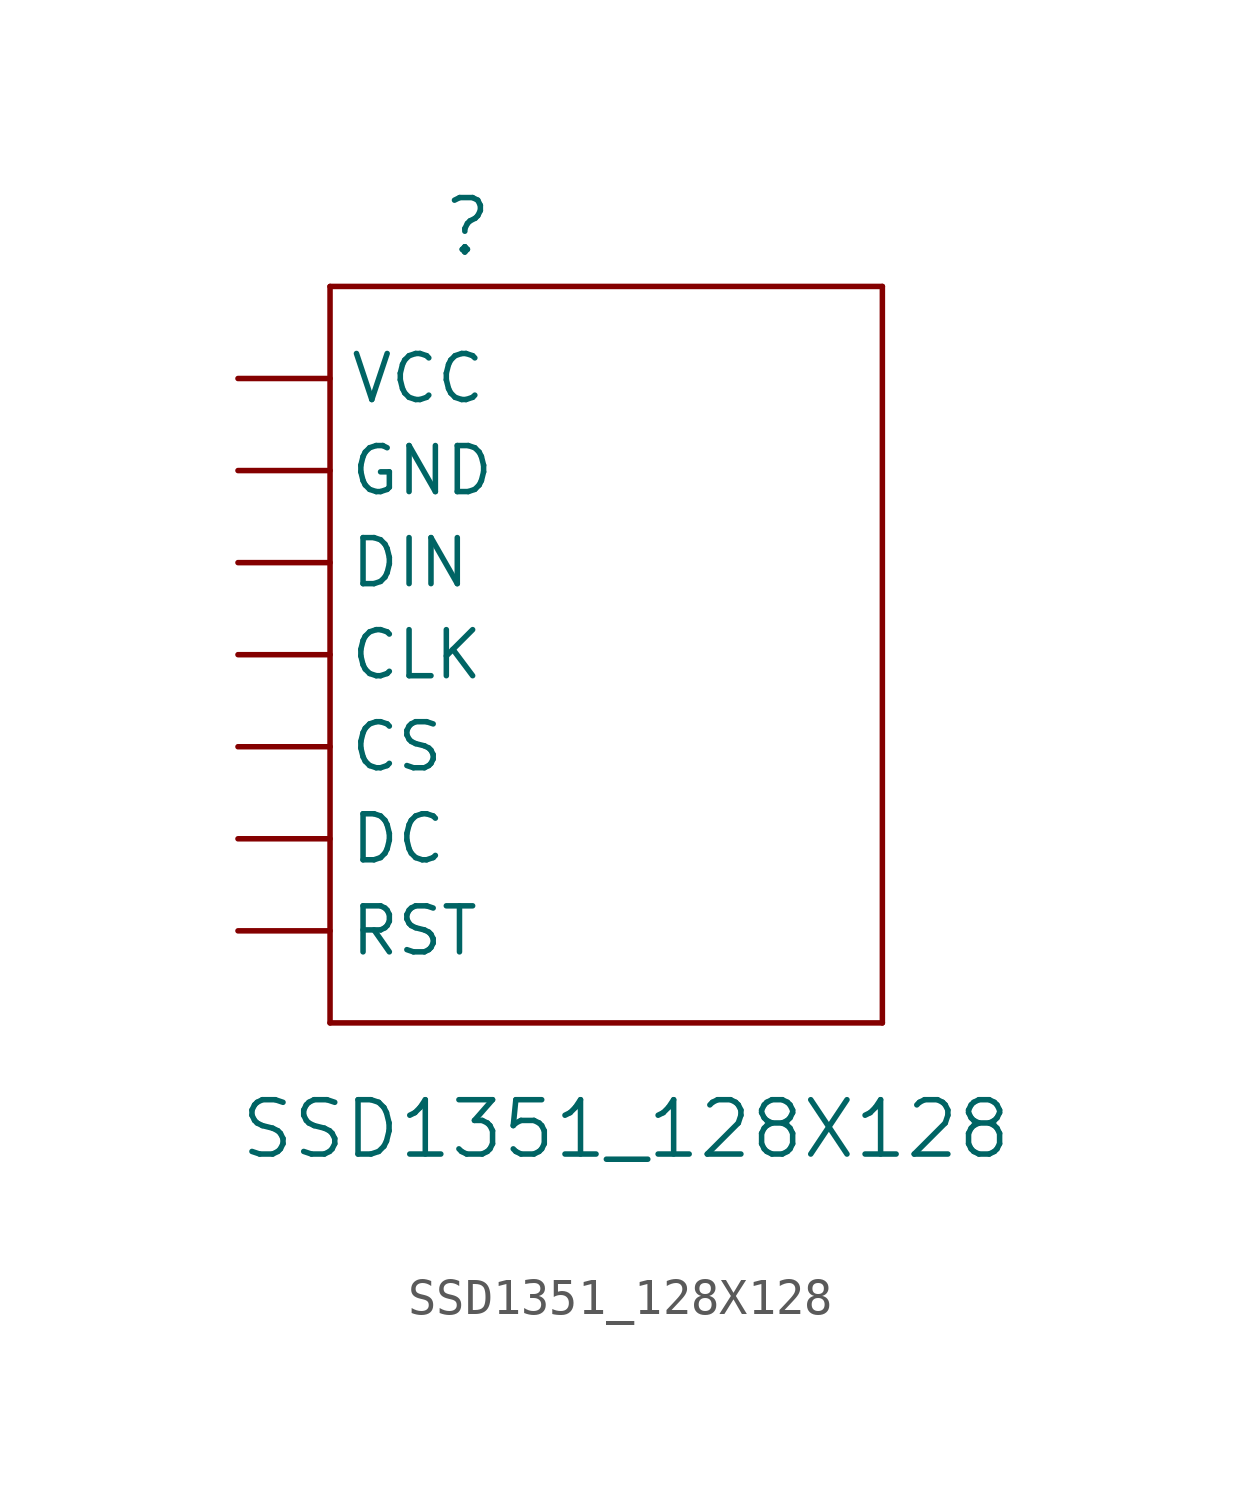
<source format=kicad_sym>
(kicad_symbol_lib
  (version 20200126)
  (host kicad_symbol_editor "5.99.0-unknown-aa7ce74~88~ubuntu18.04.1")
  (symbol "import_from_eagle-rescue:SSD1351_128X128"
    (property "Reference" ""
      (at -9.652 21.082 0)
      (effects (font (size 1.499 1.499)) (justify left bottom)))
    (property "Value" "SSD1351_128X128"
      (at -15.24 -3.81 0)
      (effects (font (size 1.499 1.499)) (justify left bottom)))
    (property "ki_locked" ""
      (at 0 0 0)
      (effects (font (size 1.27 1.27))))
    (symbol "SSD1351_128X128_1_0"
      (polyline (pts (xy -12.7 0) (xy -12.7 20.32)) (stroke (width 0)) (fill (type none)))
      (polyline (pts (xy -12.7 20.32) (xy 2.54 20.32)) (stroke (width 0)) (fill (type none)))
      (polyline (pts (xy 2.54 0) (xy -12.7 0)) (stroke (width 0)) (fill (type none)))
      (polyline (pts (xy 2.54 20.32) (xy 2.54 0)) (stroke (width 0)) (fill (type none)))
      (pin unspecified line (at -15.24 2.54 0) (length 2.54) (name "RST" (effects (font (size 1.27 1.27)))) (number "JP1$7" (effects (font (size 0 0)))))
      (pin unspecified line (at -15.24 10.16 0) (length 2.54) (name "CLK" (effects (font (size 1.27 1.27)))) (number "JP1$4" (effects (font (size 0 0)))))
      (pin unspecified line (at -15.24 5.08 0) (length 2.54) (name "DC" (effects (font (size 1.27 1.27)))) (number "JP1$6" (effects (font (size 0 0)))))
      (pin input line (at -15.24 7.62 0) (length 2.54) (name "CS" (effects (font (size 1.27 1.27)))) (number "JP1$5" (effects (font (size 0 0)))))
      (pin power_in line (at -15.24 17.78 0) (length 2.54) (name "VCC" (effects (font (size 1.27 1.27)))) (number "JP1$1" (effects (font (size 0 0)))))
      (pin power_in line (at -15.24 15.24 0) (length 2.54) (name "GND" (effects (font (size 1.27 1.27)))) (number "JP1$2" (effects (font (size 0 0)))))
      (pin unspecified line (at -15.24 12.7 0) (length 2.54) (name "DIN" (effects (font (size 1.27 1.27)))) (number "JP1$3" (effects (font (size 0 0))))))))
</source>
